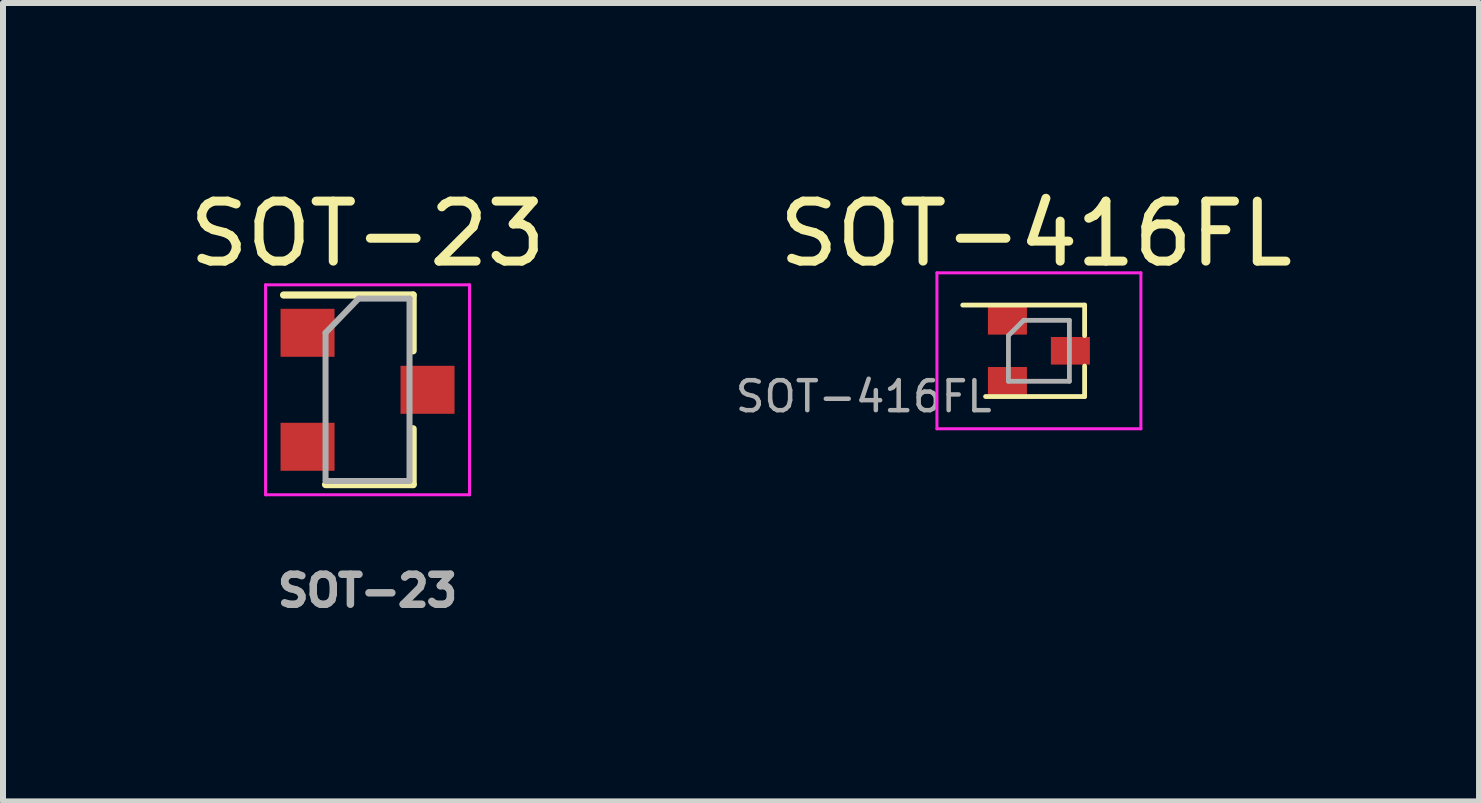
<source format=kicad_pcb>
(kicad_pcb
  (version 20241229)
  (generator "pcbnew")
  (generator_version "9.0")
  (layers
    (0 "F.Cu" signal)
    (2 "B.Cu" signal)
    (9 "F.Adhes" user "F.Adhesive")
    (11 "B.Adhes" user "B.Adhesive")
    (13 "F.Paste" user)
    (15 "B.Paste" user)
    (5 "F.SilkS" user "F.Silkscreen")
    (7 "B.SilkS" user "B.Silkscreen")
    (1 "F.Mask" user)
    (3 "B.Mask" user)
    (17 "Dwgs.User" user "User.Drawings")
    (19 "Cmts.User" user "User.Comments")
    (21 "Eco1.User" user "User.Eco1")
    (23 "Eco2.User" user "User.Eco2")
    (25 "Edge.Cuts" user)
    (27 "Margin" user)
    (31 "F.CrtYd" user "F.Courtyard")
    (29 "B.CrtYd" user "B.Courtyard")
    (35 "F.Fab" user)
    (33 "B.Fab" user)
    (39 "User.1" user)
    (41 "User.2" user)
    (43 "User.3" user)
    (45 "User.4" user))
  (footprint "SOT-23"
    (layer "F.Cu")
    (at 3.077 3.448)
    (property "Reference" "SOT-23" (at 0 -2.6 180) (layer "F.SilkS") (effects (font (size 1 1) (thickness 0.15))))
    (attr smd)
    (fp_line (start 0.76 -1.58) (end -1.4 -1.58) (stroke (width 0.12) (type solid)) (layer "F.SilkS"))
    (fp_line (start 0.76 -1.58) (end 0.76 -0.65) (stroke (width 0.12) (type solid)) (layer "F.SilkS"))
    (fp_line (start 0.76 1.58) (end -0.7 1.58) (stroke (width 0.12) (type solid)) (layer "F.SilkS"))
    (fp_line (start 0.76 1.58) (end 0.76 0.65) (stroke (width 0.12) (type solid)) (layer "F.SilkS"))
    (fp_line (start -1.7 -1.75) (end 1.7 -1.75) (stroke (width 0.05) (type solid)) (layer "F.CrtYd"))
    (fp_line (start -1.7 1.75) (end -1.7 -1.75) (stroke (width 0.05) (type solid)) (layer "F.CrtYd"))
    (fp_line (start 1.7 -1.75) (end 1.7 1.75) (stroke (width 0.05) (type solid)) (layer "F.CrtYd"))
    (fp_line (start 1.7 1.75) (end -1.7 1.75) (stroke (width 0.05) (type solid)) (layer "F.CrtYd"))
    (fp_line (start -0.7 -0.95) (end -0.7 1.5) (stroke (width 0.1) (type solid)) (layer "F.Fab"))
    (fp_line (start -0.7 -0.95) (end -0.15 -1.52) (stroke (width 0.1) (type solid)) (layer "F.Fab"))
    (fp_line (start -0.7 1.52) (end 0.7 1.52) (stroke (width 0.1) (type solid)) (layer "F.Fab"))
    (fp_line (start -0.15 -1.52) (end 0.7 -1.52) (stroke (width 0.1) (type solid)) (layer "F.Fab"))
    (fp_line (start 0.7 -1.52) (end 0.7 1.52) (stroke (width 0.1) (type solid)) (layer "F.Fab"))
    (fp_text user "${REFERENCE}" (at 0 3.35 0) (layer "F.Fab") (effects (font (size 0.5 0.5) (thickness 0.125))))
    (pad "1" smd rect (at -1 -0.95) (size 0.9 0.8) (layers "F.Cu" "F.Mask" "F.Paste"))
    (pad "2" smd rect (at -1 0.95) (size 0.9 0.8) (layers "F.Cu" "F.Mask" "F.Paste"))
    (pad "3" smd rect (at 1 0) (size 0.9 0.8) (layers "F.Cu" "F.Mask" "F.Paste")))
  (footprint "SOT-416FL"
    (layer "F.Cu")
    (at 14.269 2.798)
    (property "Reference" "SOT-416FL" (at -0.05 -1.95 0) (layer "F.SilkS") (effects (font (size 1 1) (thickness 0.15))))
    (attr smd)
    (fp_line (start -0.889 0.762) (end 0.762 0.762) (stroke (width 0.08) (type solid)) (layer "F.SilkS"))
    (fp_line (start 0.762 -0.762) (end -1.27 -0.762) (stroke (width 0.08) (type solid)) (layer "F.SilkS"))
    (fp_line (start 0.762 -0.254) (end 0.762 -0.762) (stroke (width 0.08) (type solid)) (layer "F.SilkS"))
    (fp_line (start 0.762 0.762) (end 0.762 0.254) (stroke (width 0.08) (type solid)) (layer "F.SilkS"))
    (fp_line (start -1.7 -1.3) (end 1.7 -1.3) (stroke (width 0.05) (type solid)) (layer "F.CrtYd"))
    (fp_line (start -1.7 1.3) (end -1.7 -1.3) (stroke (width 0.05) (type solid)) (layer "F.CrtYd"))
    (fp_line (start 1.7 -1.3) (end 1.7 1.3) (stroke (width 0.05) (type solid)) (layer "F.CrtYd"))
    (fp_line (start 1.7 1.3) (end -1.7 1.3) (stroke (width 0.05) (type solid)) (layer "F.CrtYd"))
    (fp_line (start -0.508 -0.254) (end -0.254 -0.508) (stroke (width 0.08) (type solid)) (layer "F.Fab"))
    (fp_line (start -0.508 0.508) (end -0.508 -0.254) (stroke (width 0.08) (type solid)) (layer "F.Fab"))
    (fp_line (start -0.254 -0.508) (end 0.508 -0.508) (stroke (width 0.08) (type solid)) (layer "F.Fab"))
    (fp_line (start 0.508 -0.508) (end 0.508 0.508) (stroke (width 0.08) (type solid)) (layer "F.Fab"))
    (fp_line (start 0.508 0.508) (end -0.508 0.508) (stroke (width 0.08) (type solid)) (layer "F.Fab"))
    (fp_text user "${REFERENCE}" (at -2.921 0.762 0) (layer "F.Fab") (effects (font (size 0.5 0.5) (thickness 0.075))))
    (pad "1" smd rect (at -0.525 -0.5 270) (size 0.46 0.65) (layers "F.Cu" "F.Mask" "F.Paste"))
    (pad "2" smd rect (at -0.525 0.5 270) (size 0.46 0.65) (layers "F.Cu" "F.Mask" "F.Paste"))
    (pad "3" smd rect (at 0.525 0 270) (size 0.46 0.65) (layers "F.Cu" "F.Mask" "F.Paste")))
  (gr_rect
    (start -3 -3)
    (end 21.606 10.31)
    (stroke (width 0.1) (type default))
    (fill no)
    (layer "Edge.Cuts")))
</source>
